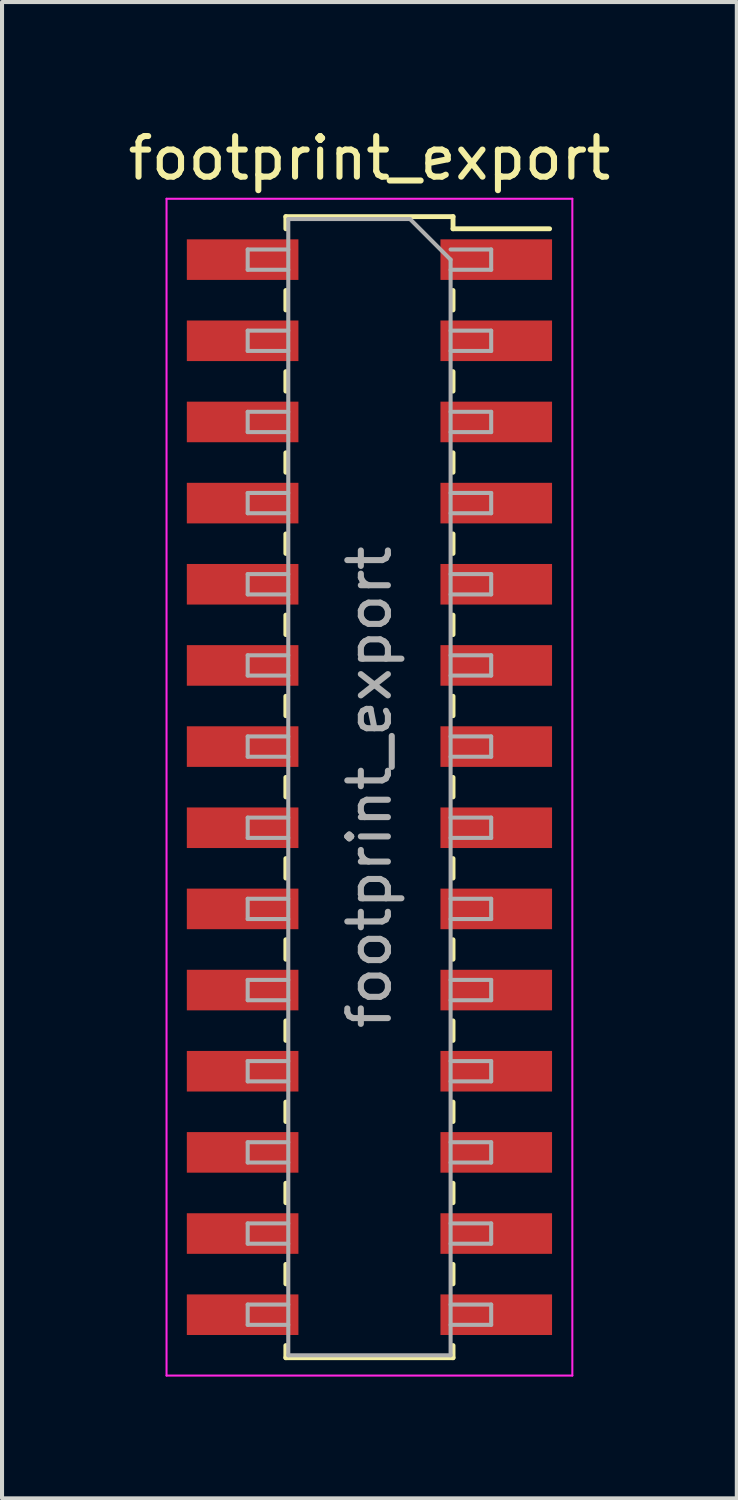
<source format=kicad_pcb>
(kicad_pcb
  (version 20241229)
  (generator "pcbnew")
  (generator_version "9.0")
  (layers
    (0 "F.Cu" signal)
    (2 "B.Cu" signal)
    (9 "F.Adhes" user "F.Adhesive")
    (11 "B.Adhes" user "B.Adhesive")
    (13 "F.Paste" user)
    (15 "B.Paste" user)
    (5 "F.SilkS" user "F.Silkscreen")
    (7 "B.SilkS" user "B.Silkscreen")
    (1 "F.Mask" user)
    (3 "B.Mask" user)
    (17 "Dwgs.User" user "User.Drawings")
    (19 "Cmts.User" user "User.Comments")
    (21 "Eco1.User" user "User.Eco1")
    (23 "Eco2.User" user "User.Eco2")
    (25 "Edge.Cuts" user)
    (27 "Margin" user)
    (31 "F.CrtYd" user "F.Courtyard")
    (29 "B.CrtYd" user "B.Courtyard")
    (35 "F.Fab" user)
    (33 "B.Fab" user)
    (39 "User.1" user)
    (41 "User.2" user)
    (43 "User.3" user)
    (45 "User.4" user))
  (footprint "footprint_export"
    (layer "F.Cu")
    (at 6.054 16.348)
    (property "Reference" "footprint_export" (at 0 -15.5 0) (layer "F.SilkS") (effects (font (size 1 1) (thickness 0.15))))
    (attr smd)
    (fp_line (start -2.06 -14.06) (end -2.06 -13.76) (stroke (width 0.12) (type solid)) (layer "F.SilkS"))
    (fp_line (start -2.06 -14.06) (end 2.06 -14.06) (stroke (width 0.12) (type solid)) (layer "F.SilkS"))
    (fp_line (start -2.06 -12.24) (end -2.06 -11.76) (stroke (width 0.12) (type solid)) (layer "F.SilkS"))
    (fp_line (start -2.06 -10.24) (end -2.06 -9.76) (stroke (width 0.12) (type solid)) (layer "F.SilkS"))
    (fp_line (start -2.06 -8.24) (end -2.06 -7.76) (stroke (width 0.12) (type solid)) (layer "F.SilkS"))
    (fp_line (start -2.06 -6.24) (end -2.06 -5.76) (stroke (width 0.12) (type solid)) (layer "F.SilkS"))
    (fp_line (start -2.06 -4.24) (end -2.06 -3.76) (stroke (width 0.12) (type solid)) (layer "F.SilkS"))
    (fp_line (start -2.06 -2.24) (end -2.06 -1.76) (stroke (width 0.12) (type solid)) (layer "F.SilkS"))
    (fp_line (start -2.06 -0.24) (end -2.06 0.24) (stroke (width 0.12) (type solid)) (layer "F.SilkS"))
    (fp_line (start -2.06 1.76) (end -2.06 2.24) (stroke (width 0.12) (type solid)) (layer "F.SilkS"))
    (fp_line (start -2.06 3.76) (end -2.06 4.24) (stroke (width 0.12) (type solid)) (layer "F.SilkS"))
    (fp_line (start -2.06 5.76) (end -2.06 6.24) (stroke (width 0.12) (type solid)) (layer "F.SilkS"))
    (fp_line (start -2.06 7.76) (end -2.06 8.24) (stroke (width 0.12) (type solid)) (layer "F.SilkS"))
    (fp_line (start -2.06 9.76) (end -2.06 10.24) (stroke (width 0.12) (type solid)) (layer "F.SilkS"))
    (fp_line (start -2.06 11.76) (end -2.06 12.24) (stroke (width 0.12) (type solid)) (layer "F.SilkS"))
    (fp_line (start -2.06 13.76) (end -2.06 14.06) (stroke (width 0.12) (type solid)) (layer "F.SilkS"))
    (fp_line (start -2.06 14.06) (end 2.06 14.06) (stroke (width 0.12) (type solid)) (layer "F.SilkS"))
    (fp_line (start 2.06 -14.06) (end 2.06 -13.76) (stroke (width 0.12) (type solid)) (layer "F.SilkS"))
    (fp_line (start 2.06 -13.76) (end 4.44 -13.76) (stroke (width 0.12) (type solid)) (layer "F.SilkS"))
    (fp_line (start 2.06 -12.24) (end 2.06 -11.76) (stroke (width 0.12) (type solid)) (layer "F.SilkS"))
    (fp_line (start 2.06 -10.24) (end 2.06 -9.76) (stroke (width 0.12) (type solid)) (layer "F.SilkS"))
    (fp_line (start 2.06 -8.24) (end 2.06 -7.76) (stroke (width 0.12) (type solid)) (layer "F.SilkS"))
    (fp_line (start 2.06 -6.24) (end 2.06 -5.76) (stroke (width 0.12) (type solid)) (layer "F.SilkS"))
    (fp_line (start 2.06 -4.24) (end 2.06 -3.76) (stroke (width 0.12) (type solid)) (layer "F.SilkS"))
    (fp_line (start 2.06 -2.24) (end 2.06 -1.76) (stroke (width 0.12) (type solid)) (layer "F.SilkS"))
    (fp_line (start 2.06 -0.24) (end 2.06 0.24) (stroke (width 0.12) (type solid)) (layer "F.SilkS"))
    (fp_line (start 2.06 1.76) (end 2.06 2.24) (stroke (width 0.12) (type solid)) (layer "F.SilkS"))
    (fp_line (start 2.06 3.76) (end 2.06 4.24) (stroke (width 0.12) (type solid)) (layer "F.SilkS"))
    (fp_line (start 2.06 5.76) (end 2.06 6.24) (stroke (width 0.12) (type solid)) (layer "F.SilkS"))
    (fp_line (start 2.06 7.76) (end 2.06 8.24) (stroke (width 0.12) (type solid)) (layer "F.SilkS"))
    (fp_line (start 2.06 9.76) (end 2.06 10.24) (stroke (width 0.12) (type solid)) (layer "F.SilkS"))
    (fp_line (start 2.06 11.76) (end 2.06 12.24) (stroke (width 0.12) (type solid)) (layer "F.SilkS"))
    (fp_line (start 2.06 13.76) (end 2.06 14.06) (stroke (width 0.12) (type solid)) (layer "F.SilkS"))
    (fp_line (start -5 -14.5) (end 5 -14.5) (stroke (width 0.05) (type solid)) (layer "F.CrtYd"))
    (fp_line (start -5 14.5) (end -5 -14.5) (stroke (width 0.05) (type solid)) (layer "F.CrtYd"))
    (fp_line (start 5 -14.5) (end 5 14.5) (stroke (width 0.05) (type solid)) (layer "F.CrtYd"))
    (fp_line (start 5 14.5) (end -5 14.5) (stroke (width 0.05) (type solid)) (layer "F.CrtYd"))
    (fp_line (start -3 -13.25) (end -2 -13.25) (stroke (width 0.1) (type solid)) (layer "F.Fab"))
    (fp_line (start -3 -12.75) (end -3 -13.25) (stroke (width 0.1) (type solid)) (layer "F.Fab"))
    (fp_line (start -3 -11.25) (end -2 -11.25) (stroke (width 0.1) (type solid)) (layer "F.Fab"))
    (fp_line (start -3 -10.75) (end -3 -11.25) (stroke (width 0.1) (type solid)) (layer "F.Fab"))
    (fp_line (start -3 -9.25) (end -2 -9.25) (stroke (width 0.1) (type solid)) (layer "F.Fab"))
    (fp_line (start -3 -8.75) (end -3 -9.25) (stroke (width 0.1) (type solid)) (layer "F.Fab"))
    (fp_line (start -3 -7.25) (end -2 -7.25) (stroke (width 0.1) (type solid)) (layer "F.Fab"))
    (fp_line (start -3 -6.75) (end -3 -7.25) (stroke (width 0.1) (type solid)) (layer "F.Fab"))
    (fp_line (start -3 -5.25) (end -2 -5.25) (stroke (width 0.1) (type solid)) (layer "F.Fab"))
    (fp_line (start -3 -4.75) (end -3 -5.25) (stroke (width 0.1) (type solid)) (layer "F.Fab"))
    (fp_line (start -3 -3.25) (end -2 -3.25) (stroke (width 0.1) (type solid)) (layer "F.Fab"))
    (fp_line (start -3 -2.75) (end -3 -3.25) (stroke (width 0.1) (type solid)) (layer "F.Fab"))
    (fp_line (start -3 -1.25) (end -2 -1.25) (stroke (width 0.1) (type solid)) (layer "F.Fab"))
    (fp_line (start -3 -0.75) (end -3 -1.25) (stroke (width 0.1) (type solid)) (layer "F.Fab"))
    (fp_line (start -3 0.75) (end -2 0.75) (stroke (width 0.1) (type solid)) (layer "F.Fab"))
    (fp_line (start -3 1.25) (end -3 0.75) (stroke (width 0.1) (type solid)) (layer "F.Fab"))
    (fp_line (start -3 2.75) (end -2 2.75) (stroke (width 0.1) (type solid)) (layer "F.Fab"))
    (fp_line (start -3 3.25) (end -3 2.75) (stroke (width 0.1) (type solid)) (layer "F.Fab"))
    (fp_line (start -3 4.75) (end -2 4.75) (stroke (width 0.1) (type solid)) (layer "F.Fab"))
    (fp_line (start -3 5.25) (end -3 4.75) (stroke (width 0.1) (type solid)) (layer "F.Fab"))
    (fp_line (start -3 6.75) (end -2 6.75) (stroke (width 0.1) (type solid)) (layer "F.Fab"))
    (fp_line (start -3 7.25) (end -3 6.75) (stroke (width 0.1) (type solid)) (layer "F.Fab"))
    (fp_line (start -3 8.75) (end -2 8.75) (stroke (width 0.1) (type solid)) (layer "F.Fab"))
    (fp_line (start -3 9.25) (end -3 8.75) (stroke (width 0.1) (type solid)) (layer "F.Fab"))
    (fp_line (start -3 10.75) (end -2 10.75) (stroke (width 0.1) (type solid)) (layer "F.Fab"))
    (fp_line (start -3 11.25) (end -3 10.75) (stroke (width 0.1) (type solid)) (layer "F.Fab"))
    (fp_line (start -3 12.75) (end -2 12.75) (stroke (width 0.1) (type solid)) (layer "F.Fab"))
    (fp_line (start -3 13.25) (end -3 12.75) (stroke (width 0.1) (type solid)) (layer "F.Fab"))
    (fp_line (start -2 -14) (end 1 -14) (stroke (width 0.1) (type solid)) (layer "F.Fab"))
    (fp_line (start -2 -12.75) (end -3 -12.75) (stroke (width 0.1) (type solid)) (layer "F.Fab"))
    (fp_line (start -2 -10.75) (end -3 -10.75) (stroke (width 0.1) (type solid)) (layer "F.Fab"))
    (fp_line (start -2 -8.75) (end -3 -8.75) (stroke (width 0.1) (type solid)) (layer "F.Fab"))
    (fp_line (start -2 -6.75) (end -3 -6.75) (stroke (width 0.1) (type solid)) (layer "F.Fab"))
    (fp_line (start -2 -4.75) (end -3 -4.75) (stroke (width 0.1) (type solid)) (layer "F.Fab"))
    (fp_line (start -2 -2.75) (end -3 -2.75) (stroke (width 0.1) (type solid)) (layer "F.Fab"))
    (fp_line (start -2 -0.75) (end -3 -0.75) (stroke (width 0.1) (type solid)) (layer "F.Fab"))
    (fp_line (start -2 1.25) (end -3 1.25) (stroke (width 0.1) (type solid)) (layer "F.Fab"))
    (fp_line (start -2 3.25) (end -3 3.25) (stroke (width 0.1) (type solid)) (layer "F.Fab"))
    (fp_line (start -2 5.25) (end -3 5.25) (stroke (width 0.1) (type solid)) (layer "F.Fab"))
    (fp_line (start -2 7.25) (end -3 7.25) (stroke (width 0.1) (type solid)) (layer "F.Fab"))
    (fp_line (start -2 9.25) (end -3 9.25) (stroke (width 0.1) (type solid)) (layer "F.Fab"))
    (fp_line (start -2 11.25) (end -3 11.25) (stroke (width 0.1) (type solid)) (layer "F.Fab"))
    (fp_line (start -2 13.25) (end -3 13.25) (stroke (width 0.1) (type solid)) (layer "F.Fab"))
    (fp_line (start -2 14) (end -2 -14) (stroke (width 0.1) (type solid)) (layer "F.Fab"))
    (fp_line (start 1 -14) (end 2 -13) (stroke (width 0.1) (type solid)) (layer "F.Fab"))
    (fp_line (start 2 -13.25) (end 3 -13.25) (stroke (width 0.1) (type solid)) (layer "F.Fab"))
    (fp_line (start 2 -13) (end 2 14) (stroke (width 0.1) (type solid)) (layer "F.Fab"))
    (fp_line (start 2 -11.25) (end 3 -11.25) (stroke (width 0.1) (type solid)) (layer "F.Fab"))
    (fp_line (start 2 -9.25) (end 3 -9.25) (stroke (width 0.1) (type solid)) (layer "F.Fab"))
    (fp_line (start 2 -7.25) (end 3 -7.25) (stroke (width 0.1) (type solid)) (layer "F.Fab"))
    (fp_line (start 2 -5.25) (end 3 -5.25) (stroke (width 0.1) (type solid)) (layer "F.Fab"))
    (fp_line (start 2 -3.25) (end 3 -3.25) (stroke (width 0.1) (type solid)) (layer "F.Fab"))
    (fp_line (start 2 -1.25) (end 3 -1.25) (stroke (width 0.1) (type solid)) (layer "F.Fab"))
    (fp_line (start 2 0.75) (end 3 0.75) (stroke (width 0.1) (type solid)) (layer "F.Fab"))
    (fp_line (start 2 2.75) (end 3 2.75) (stroke (width 0.1) (type solid)) (layer "F.Fab"))
    (fp_line (start 2 4.75) (end 3 4.75) (stroke (width 0.1) (type solid)) (layer "F.Fab"))
    (fp_line (start 2 6.75) (end 3 6.75) (stroke (width 0.1) (type solid)) (layer "F.Fab"))
    (fp_line (start 2 8.75) (end 3 8.75) (stroke (width 0.1) (type solid)) (layer "F.Fab"))
    (fp_line (start 2 10.75) (end 3 10.75) (stroke (width 0.1) (type solid)) (layer "F.Fab"))
    (fp_line (start 2 12.75) (end 3 12.75) (stroke (width 0.1) (type solid)) (layer "F.Fab"))
    (fp_line (start 2 14) (end -2 14) (stroke (width 0.1) (type solid)) (layer "F.Fab"))
    (fp_line (start 3 -13.25) (end 3 -12.75) (stroke (width 0.1) (type solid)) (layer "F.Fab"))
    (fp_line (start 3 -12.75) (end 2 -12.75) (stroke (width 0.1) (type solid)) (layer "F.Fab"))
    (fp_line (start 3 -11.25) (end 3 -10.75) (stroke (width 0.1) (type solid)) (layer "F.Fab"))
    (fp_line (start 3 -10.75) (end 2 -10.75) (stroke (width 0.1) (type solid)) (layer "F.Fab"))
    (fp_line (start 3 -9.25) (end 3 -8.75) (stroke (width 0.1) (type solid)) (layer "F.Fab"))
    (fp_line (start 3 -8.75) (end 2 -8.75) (stroke (width 0.1) (type solid)) (layer "F.Fab"))
    (fp_line (start 3 -7.25) (end 3 -6.75) (stroke (width 0.1) (type solid)) (layer "F.Fab"))
    (fp_line (start 3 -6.75) (end 2 -6.75) (stroke (width 0.1) (type solid)) (layer "F.Fab"))
    (fp_line (start 3 -5.25) (end 3 -4.75) (stroke (width 0.1) (type solid)) (layer "F.Fab"))
    (fp_line (start 3 -4.75) (end 2 -4.75) (stroke (width 0.1) (type solid)) (layer "F.Fab"))
    (fp_line (start 3 -3.25) (end 3 -2.75) (stroke (width 0.1) (type solid)) (layer "F.Fab"))
    (fp_line (start 3 -2.75) (end 2 -2.75) (stroke (width 0.1) (type solid)) (layer "F.Fab"))
    (fp_line (start 3 -1.25) (end 3 -0.75) (stroke (width 0.1) (type solid)) (layer "F.Fab"))
    (fp_line (start 3 -0.75) (end 2 -0.75) (stroke (width 0.1) (type solid)) (layer "F.Fab"))
    (fp_line (start 3 0.75) (end 3 1.25) (stroke (width 0.1) (type solid)) (layer "F.Fab"))
    (fp_line (start 3 1.25) (end 2 1.25) (stroke (width 0.1) (type solid)) (layer "F.Fab"))
    (fp_line (start 3 2.75) (end 3 3.25) (stroke (width 0.1) (type solid)) (layer "F.Fab"))
    (fp_line (start 3 3.25) (end 2 3.25) (stroke (width 0.1) (type solid)) (layer "F.Fab"))
    (fp_line (start 3 4.75) (end 3 5.25) (stroke (width 0.1) (type solid)) (layer "F.Fab"))
    (fp_line (start 3 5.25) (end 2 5.25) (stroke (width 0.1) (type solid)) (layer "F.Fab"))
    (fp_line (start 3 6.75) (end 3 7.25) (stroke (width 0.1) (type solid)) (layer "F.Fab"))
    (fp_line (start 3 7.25) (end 2 7.25) (stroke (width 0.1) (type solid)) (layer "F.Fab"))
    (fp_line (start 3 8.75) (end 3 9.25) (stroke (width 0.1) (type solid)) (layer "F.Fab"))
    (fp_line (start 3 9.25) (end 2 9.25) (stroke (width 0.1) (type solid)) (layer "F.Fab"))
    (fp_line (start 3 10.75) (end 3 11.25) (stroke (width 0.1) (type solid)) (layer "F.Fab"))
    (fp_line (start 3 11.25) (end 2 11.25) (stroke (width 0.1) (type solid)) (layer "F.Fab"))
    (fp_line (start 3 12.75) (end 3 13.25) (stroke (width 0.1) (type solid)) (layer "F.Fab"))
    (fp_line (start 3 13.25) (end 2 13.25) (stroke (width 0.1) (type solid)) (layer "F.Fab"))
    (fp_text user "${REFERENCE}" (at 0 0 90) (layer "F.Fab") (effects (font (size 1 1) (thickness 0.15))))
    (pad "1" smd rect (at 3.125 -13) (size 2.75 1) (layers "F.Cu" "F.Mask" "F.Paste"))
    (pad "2" smd rect (at -3.125 -13) (size 2.75 1) (layers "F.Cu" "F.Mask" "F.Paste"))
    (pad "3" smd rect (at 3.125 -11) (size 2.75 1) (layers "F.Cu" "F.Mask" "F.Paste"))
    (pad "4" smd rect (at -3.125 -11) (size 2.75 1) (layers "F.Cu" "F.Mask" "F.Paste"))
    (pad "5" smd rect (at 3.125 -9) (size 2.75 1) (layers "F.Cu" "F.Mask" "F.Paste"))
    (pad "6" smd rect (at -3.125 -9) (size 2.75 1) (layers "F.Cu" "F.Mask" "F.Paste"))
    (pad "7" smd rect (at 3.125 -7) (size 2.75 1) (layers "F.Cu" "F.Mask" "F.Paste"))
    (pad "8" smd rect (at -3.125 -7) (size 2.75 1) (layers "F.Cu" "F.Mask" "F.Paste"))
    (pad "9" smd rect (at 3.125 -5) (size 2.75 1) (layers "F.Cu" "F.Mask" "F.Paste"))
    (pad "10" smd rect (at -3.125 -5) (size 2.75 1) (layers "F.Cu" "F.Mask" "F.Paste"))
    (pad "11" smd rect (at 3.125 -3) (size 2.75 1) (layers "F.Cu" "F.Mask" "F.Paste"))
    (pad "12" smd rect (at -3.125 -3) (size 2.75 1) (layers "F.Cu" "F.Mask" "F.Paste"))
    (pad "13" smd rect (at 3.125 -1) (size 2.75 1) (layers "F.Cu" "F.Mask" "F.Paste"))
    (pad "14" smd rect (at -3.125 -1) (size 2.75 1) (layers "F.Cu" "F.Mask" "F.Paste"))
    (pad "15" smd rect (at 3.125 1) (size 2.75 1) (layers "F.Cu" "F.Mask" "F.Paste"))
    (pad "16" smd rect (at -3.125 1) (size 2.75 1) (layers "F.Cu" "F.Mask" "F.Paste"))
    (pad "17" smd rect (at 3.125 3) (size 2.75 1) (layers "F.Cu" "F.Mask" "F.Paste"))
    (pad "18" smd rect (at -3.125 3) (size 2.75 1) (layers "F.Cu" "F.Mask" "F.Paste"))
    (pad "19" smd rect (at 3.125 5) (size 2.75 1) (layers "F.Cu" "F.Mask" "F.Paste"))
    (pad "20" smd rect (at -3.125 5) (size 2.75 1) (layers "F.Cu" "F.Mask" "F.Paste"))
    (pad "21" smd rect (at 3.125 7) (size 2.75 1) (layers "F.Cu" "F.Mask" "F.Paste"))
    (pad "22" smd rect (at -3.125 7) (size 2.75 1) (layers "F.Cu" "F.Mask" "F.Paste"))
    (pad "23" smd rect (at 3.125 9) (size 2.75 1) (layers "F.Cu" "F.Mask" "F.Paste"))
    (pad "24" smd rect (at -3.125 9) (size 2.75 1) (layers "F.Cu" "F.Mask" "F.Paste"))
    (pad "25" smd rect (at 3.125 11) (size 2.75 1) (layers "F.Cu" "F.Mask" "F.Paste"))
    (pad "26" smd rect (at -3.125 11) (size 2.75 1) (layers "F.Cu" "F.Mask" "F.Paste"))
    (pad "27" smd rect (at 3.125 13) (size 2.75 1) (layers "F.Cu" "F.Mask" "F.Paste"))
    (pad "28" smd rect (at -3.125 13) (size 2.75 1) (layers "F.Cu" "F.Mask" "F.Paste")))
  (gr_rect
    (start -3 -3)
    (end 15.107 33.873)
    (stroke (width 0.1) (type default))
    (fill no)
    (layer "Edge.Cuts")))
</source>
